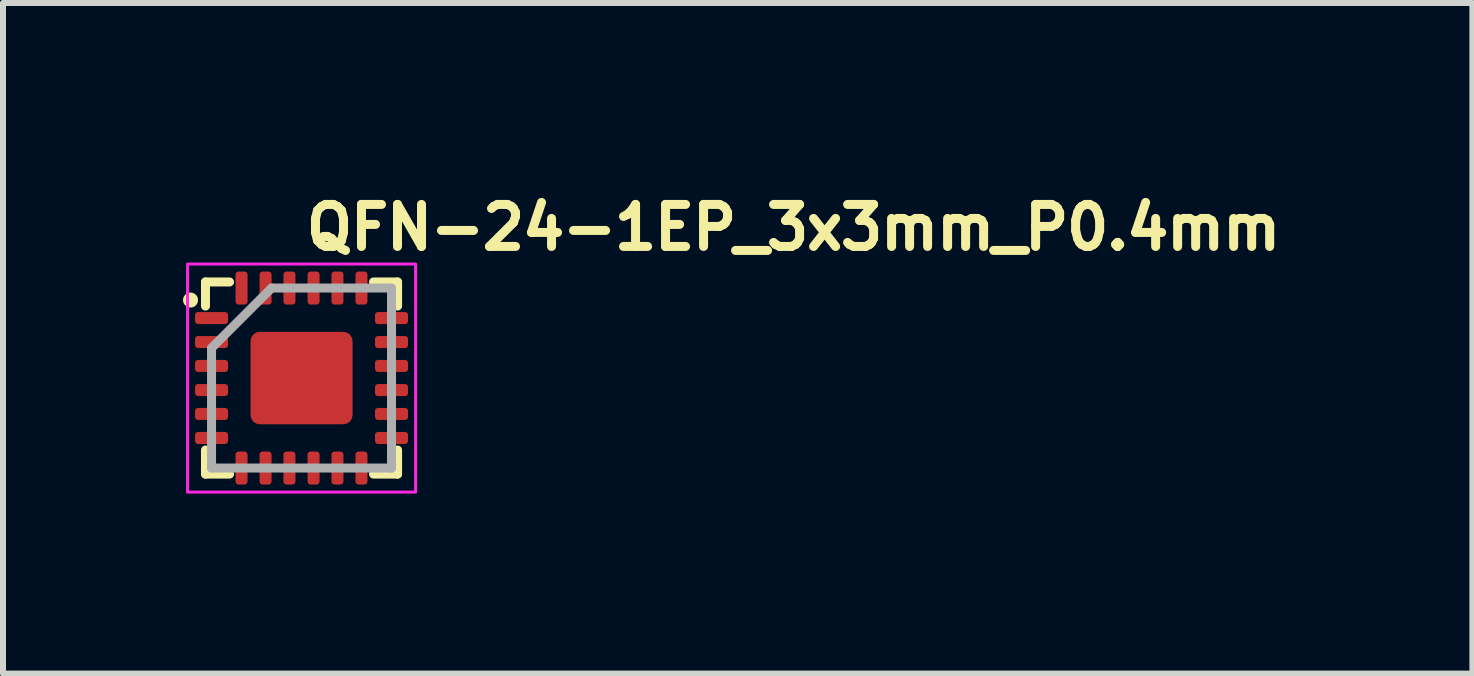
<source format=kicad_pcb>
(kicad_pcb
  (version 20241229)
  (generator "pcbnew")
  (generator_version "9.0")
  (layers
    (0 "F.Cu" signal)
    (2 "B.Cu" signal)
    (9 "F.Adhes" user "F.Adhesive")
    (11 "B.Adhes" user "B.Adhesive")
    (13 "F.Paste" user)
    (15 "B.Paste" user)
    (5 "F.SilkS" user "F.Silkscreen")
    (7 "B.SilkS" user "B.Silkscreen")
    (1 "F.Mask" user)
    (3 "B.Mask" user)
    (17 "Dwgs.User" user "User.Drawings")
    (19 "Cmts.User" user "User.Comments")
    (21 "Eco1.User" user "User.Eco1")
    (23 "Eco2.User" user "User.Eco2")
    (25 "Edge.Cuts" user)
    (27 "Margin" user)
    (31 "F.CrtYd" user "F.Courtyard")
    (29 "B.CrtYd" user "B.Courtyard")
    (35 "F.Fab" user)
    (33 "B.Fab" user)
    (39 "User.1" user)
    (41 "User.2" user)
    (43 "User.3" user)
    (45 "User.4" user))
  (footprint "QFN-24-1EP_3x3mm_P0.4mm"
    (layer "F.Cu")
    (at 1.975 3.25)
    (property "Reference" "QFN-24-1EP_3x3mm_P0.4mm" (at 0 -2.1 0) (layer "F.SilkS") (effects (font (size 0.7 0.7) (thickness 0.15)) (justify left bottom)))
    (attr smd)
    (fp_line (start -1.601 -1.601) (end -1.601 -1.2) (stroke (width 0.15) (type solid)) (layer "F.SilkS"))
    (fp_line (start -1.601 -1.601) (end -1.2 -1.601) (stroke (width 0.15) (type solid)) (layer "F.SilkS"))
    (fp_line (start -1.601 1.6) (end -1.601 1.199) (stroke (width 0.15) (type solid)) (layer "F.SilkS"))
    (fp_line (start -1.601 1.6) (end -1.2 1.6) (stroke (width 0.15) (type solid)) (layer "F.SilkS"))
    (fp_line (start 1.6 -1.601) (end 1.199 -1.601) (stroke (width 0.15) (type solid)) (layer "F.SilkS"))
    (fp_line (start 1.6 -1.601) (end 1.6 -1.2) (stroke (width 0.15) (type solid)) (layer "F.SilkS"))
    (fp_line (start 1.6 1.6) (end 1.199 1.6) (stroke (width 0.15) (type solid)) (layer "F.SilkS"))
    (fp_line (start 1.6 1.6) (end 1.6 1.199) (stroke (width 0.15) (type solid)) (layer "F.SilkS"))
    (fp_circle (center -1.85 -1.3) (end -1.8 -1.3) (stroke (width 0.15) (type solid)) (fill yes) (layer "F.SilkS"))
    (fp_rect (start -1.9 -1.9) (end 1.9 1.9) (stroke (width 0.05) (type solid)) (fill no) (layer "F.CrtYd"))
    (fp_line (start -1.5 -0.5) (end -0.5 -1.5) (stroke (width 0.15) (type solid)) (layer "F.Fab"))
    (fp_line (start -1.5 1.499) (end -1.5 -0.5) (stroke (width 0.15) (type solid)) (layer "F.Fab"))
    (fp_line (start -0.5 -1.5) (end 1.499 -1.5) (stroke (width 0.15) (type solid)) (layer "F.Fab"))
    (fp_line (start 1.499 -1.5) (end 1.499 1.499) (stroke (width 0.15) (type solid)) (layer "F.Fab"))
    (fp_line (start 1.499 1.499) (end -1.5 1.499) (stroke (width 0.15) (type solid)) (layer "F.Fab"))
    (fp_rect (start -1.506 -1.506) (end 1.503 1.503) (stroke (width 0.1) (type solid)) (fill no) (layer "User.5"))
    (fp_line (start -1.506 -1.101) (end -1.506 -0.902) (stroke (width 0.02) (type solid)) (layer "User.9"))
    (fp_line (start -1.506 -0.701) (end -1.506 -0.5) (stroke (width 0.02) (type solid)) (layer "User.9"))
    (fp_line (start -1.506 -0.5) (end -1.5 -0.5) (stroke (width 0.02) (type solid)) (layer "User.9"))
    (fp_line (start -1.506 -0.3) (end -1.506 -0.102) (stroke (width 0.02) (type solid)) (layer "User.9"))
    (fp_line (start -1.506 0.1) (end -1.506 0.298) (stroke (width 0.02) (type solid)) (layer "User.9"))
    (fp_line (start -1.506 0.498) (end -1.506 0.699) (stroke (width 0.02) (type solid)) (layer "User.9"))
    (fp_line (start -1.506 0.9) (end -1.506 1.1) (stroke (width 0.02) (type solid)) (layer "User.9"))
    (fp_line (start -1.5 -1.5) (end -1.5 1.499) (stroke (width 0.02) (type solid)) (layer "User.9"))
    (fp_line (start -1.5 -1.101) (end -1.506 -1.101) (stroke (width 0.02) (type solid)) (layer "User.9"))
    (fp_line (start -1.5 -0.902) (end -1.506 -0.902) (stroke (width 0.02) (type solid)) (layer "User.9"))
    (fp_line (start -1.5 -0.701) (end -1.506 -0.701) (stroke (width 0.02) (type solid)) (layer "User.9"))
    (fp_line (start -1.5 -0.3) (end -1.506 -0.3) (stroke (width 0.02) (type solid)) (layer "User.9"))
    (fp_line (start -1.5 -0.102) (end -1.506 -0.102) (stroke (width 0.02) (type solid)) (layer "User.9"))
    (fp_line (start -1.5 0.1) (end -1.506 0.1) (stroke (width 0.02) (type solid)) (layer "User.9"))
    (fp_line (start -1.5 0.298) (end -1.506 0.298) (stroke (width 0.02) (type solid)) (layer "User.9"))
    (fp_line (start -1.5 0.498) (end -1.506 0.498) (stroke (width 0.02) (type solid)) (layer "User.9"))
    (fp_line (start -1.5 0.699) (end -1.506 0.699) (stroke (width 0.02) (type solid)) (layer "User.9"))
    (fp_line (start -1.5 0.9) (end -1.506 0.9) (stroke (width 0.02) (type solid)) (layer "User.9"))
    (fp_line (start -1.5 1.1) (end -1.506 1.1) (stroke (width 0.02) (type solid)) (layer "User.9"))
    (fp_line (start -1.5 1.499) (end 1.499 1.499) (stroke (width 0.02) (type solid)) (layer "User.9"))
    (fp_line (start -1.301 -1.212) (end -1.299 -1.216) (stroke (width 0.02) (type solid)) (layer "User.9"))
    (fp_line (start -1.301 -1.208) (end -1.301 -1.212) (stroke (width 0.02) (type solid)) (layer "User.9"))
    (fp_line (start -1.301 -1.202) (end -1.301 -1.208) (stroke (width 0.02) (type solid)) (layer "User.9"))
    (fp_line (start -1.301 -1.202) (end -1.301 -1.202) (stroke (width 0.02) (type solid)) (layer "User.9"))
    (fp_line (start -1.301 -1.198) (end -1.301 -1.202) (stroke (width 0.02) (type solid)) (layer "User.9"))
    (fp_line (start -1.301 -1.192) (end -1.301 -1.198) (stroke (width 0.02) (type solid)) (layer "User.9"))
    (fp_line (start -1.301 -1.188) (end -1.301 -1.192) (stroke (width 0.02) (type solid)) (layer "User.9"))
    (fp_line (start -1.299 -1.222) (end -1.297 -1.226) (stroke (width 0.02) (type solid)) (layer "User.9"))
    (fp_line (start -1.299 -1.216) (end -1.299 -1.222) (stroke (width 0.02) (type solid)) (layer "User.9"))
    (fp_line (start -1.299 -1.182) (end -1.301 -1.188) (stroke (width 0.02) (type solid)) (layer "User.9"))
    (fp_line (start -1.299 -1.178) (end -1.299 -1.182) (stroke (width 0.02) (type solid)) (layer "User.9"))
    (fp_line (start -1.297 -1.23) (end -1.295 -1.236) (stroke (width 0.02) (type solid)) (layer "User.9"))
    (fp_line (start -1.297 -1.226) (end -1.297 -1.23) (stroke (width 0.02) (type solid)) (layer "User.9"))
    (fp_line (start -1.297 -1.172) (end -1.299 -1.178) (stroke (width 0.02) (type solid)) (layer "User.9"))
    (fp_line (start -1.295 -1.236) (end -1.293 -1.24) (stroke (width 0.02) (type solid)) (layer "User.9"))
    (fp_line (start -1.295 -1.168) (end -1.297 -1.172) (stroke (width 0.02) (type solid)) (layer "User.9"))
    (fp_line (start -1.293 -1.24) (end -1.291 -1.244) (stroke (width 0.02) (type solid)) (layer "User.9"))
    (fp_line (start -1.293 -1.164) (end -1.295 -1.168) (stroke (width 0.02) (type solid)) (layer "User.9"))
    (fp_line (start -1.291 -1.244) (end -1.289 -1.248) (stroke (width 0.02) (type solid)) (layer "User.9"))
    (fp_line (start -1.291 -1.158) (end -1.293 -1.164) (stroke (width 0.02) (type solid)) (layer "User.9"))
    (fp_line (start -1.289 -1.248) (end -1.287 -1.252) (stroke (width 0.02) (type solid)) (layer "User.9"))
    (fp_line (start -1.289 -1.154) (end -1.291 -1.158) (stroke (width 0.02) (type solid)) (layer "User.9"))
    (fp_line (start -1.287 -1.252) (end -1.283 -1.258) (stroke (width 0.02) (type solid)) (layer "User.9"))
    (fp_line (start -1.287 -1.151) (end -1.289 -1.154) (stroke (width 0.02) (type solid)) (layer "User.9"))
    (fp_line (start -1.285 -1.147) (end -1.287 -1.151) (stroke (width 0.02) (type solid)) (layer "User.9"))
    (fp_line (start -1.283 -1.258) (end -1.28 -1.26) (stroke (width 0.02) (type solid)) (layer "User.9"))
    (fp_line (start -1.281 -1.143) (end -1.285 -1.147) (stroke (width 0.02) (type solid)) (layer "User.9"))
    (fp_line (start -1.28 -1.26) (end -1.278 -1.264) (stroke (width 0.02) (type solid)) (layer "User.9"))
    (fp_line (start -1.278 -1.264) (end -1.274 -1.268) (stroke (width 0.02) (type solid)) (layer "User.9"))
    (fp_line (start -1.278 -1.139) (end -1.281 -1.143) (stroke (width 0.02) (type solid)) (layer "User.9"))
    (fp_line (start -1.276 -1.135) (end -1.278 -1.139) (stroke (width 0.02) (type solid)) (layer "User.9"))
    (fp_line (start -1.274 -1.268) (end -1.272 -1.272) (stroke (width 0.02) (type solid)) (layer "User.9"))
    (fp_line (start -1.272 -1.272) (end -1.268 -1.276) (stroke (width 0.02) (type solid)) (layer "User.9"))
    (fp_line (start -1.272 -1.131) (end -1.276 -1.135) (stroke (width 0.02) (type solid)) (layer "User.9"))
    (fp_line (start -1.268 -1.276) (end -1.264 -1.278) (stroke (width 0.02) (type solid)) (layer "User.9"))
    (fp_line (start -1.268 -1.127) (end -1.272 -1.131) (stroke (width 0.02) (type solid)) (layer "User.9"))
    (fp_line (start -1.264 -1.278) (end -1.26 -1.281) (stroke (width 0.02) (type solid)) (layer "User.9"))
    (fp_line (start -1.264 -1.125) (end -1.268 -1.127) (stroke (width 0.02) (type solid)) (layer "User.9"))
    (fp_line (start -1.26 -1.281) (end -1.256 -1.285) (stroke (width 0.02) (type solid)) (layer "User.9"))
    (fp_line (start -1.26 -1.121) (end -1.264 -1.125) (stroke (width 0.02) (type solid)) (layer "User.9"))
    (fp_line (start -1.256 -1.285) (end -1.252 -1.287) (stroke (width 0.02) (type solid)) (layer "User.9"))
    (fp_line (start -1.256 -1.119) (end -1.26 -1.121) (stroke (width 0.02) (type solid)) (layer "User.9"))
    (fp_line (start -1.252 -1.287) (end -1.248 -1.289) (stroke (width 0.02) (type solid)) (layer "User.9"))
    (fp_line (start -1.252 -1.115) (end -1.256 -1.119) (stroke (width 0.02) (type solid)) (layer "User.9"))
    (fp_line (start -1.248 -1.289) (end -1.244 -1.291) (stroke (width 0.02) (type solid)) (layer "User.9"))
    (fp_line (start -1.248 -1.113) (end -1.252 -1.115) (stroke (width 0.02) (type solid)) (layer "User.9"))
    (fp_line (start -1.244 -1.291) (end -1.24 -1.293) (stroke (width 0.02) (type solid)) (layer "User.9"))
    (fp_line (start -1.244 -1.111) (end -1.248 -1.113) (stroke (width 0.02) (type solid)) (layer "User.9"))
    (fp_line (start -1.24 -1.293) (end -1.234 -1.295) (stroke (width 0.02) (type solid)) (layer "User.9"))
    (fp_line (start -1.24 -1.109) (end -1.244 -1.111) (stroke (width 0.02) (type solid)) (layer "User.9"))
    (fp_line (start -1.234 -1.295) (end -1.23 -1.297) (stroke (width 0.02) (type solid)) (layer "User.9"))
    (fp_line (start -1.234 -1.107) (end -1.24 -1.109) (stroke (width 0.02) (type solid)) (layer "User.9"))
    (fp_line (start -1.23 -1.297) (end -1.226 -1.299) (stroke (width 0.02) (type solid)) (layer "User.9"))
    (fp_line (start -1.23 -1.105) (end -1.234 -1.107) (stroke (width 0.02) (type solid)) (layer "User.9"))
    (fp_line (start -1.226 -1.299) (end -1.22 -1.299) (stroke (width 0.02) (type solid)) (layer "User.9"))
    (fp_line (start -1.226 -1.103) (end -1.23 -1.105) (stroke (width 0.02) (type solid)) (layer "User.9"))
    (fp_line (start -1.22 -1.299) (end -1.216 -1.301) (stroke (width 0.02) (type solid)) (layer "User.9"))
    (fp_line (start -1.22 -1.103) (end -1.226 -1.103) (stroke (width 0.02) (type solid)) (layer "User.9"))
    (fp_line (start -1.216 -1.301) (end -1.21 -1.301) (stroke (width 0.02) (type solid)) (layer "User.9"))
    (fp_line (start -1.216 -1.101) (end -1.22 -1.103) (stroke (width 0.02) (type solid)) (layer "User.9"))
    (fp_line (start -1.21 -1.301) (end -1.206 -1.301) (stroke (width 0.02) (type solid)) (layer "User.9"))
    (fp_line (start -1.21 -1.101) (end -1.216 -1.101) (stroke (width 0.02) (type solid)) (layer "User.9"))
    (fp_line (start -1.206 -1.301) (end -1.2 -1.301) (stroke (width 0.02) (type solid)) (layer "User.9"))
    (fp_line (start -1.206 -1.101) (end -1.21 -1.101) (stroke (width 0.02) (type solid)) (layer "User.9"))
    (fp_line (start -1.2 -1.301) (end -1.196 -1.301) (stroke (width 0.02) (type solid)) (layer "User.9"))
    (fp_line (start -1.2 -1.101) (end -1.206 -1.101) (stroke (width 0.02) (type solid)) (layer "User.9"))
    (fp_line (start -1.196 -1.301) (end -1.19 -1.301) (stroke (width 0.02) (type solid)) (layer "User.9"))
    (fp_line (start -1.196 -1.101) (end -1.2 -1.101) (stroke (width 0.02) (type solid)) (layer "User.9"))
    (fp_line (start -1.192 -1.101) (end -1.196 -1.101) (stroke (width 0.02) (type solid)) (layer "User.9"))
    (fp_line (start -1.19 -1.301) (end -1.186 -1.301) (stroke (width 0.02) (type solid)) (layer "User.9"))
    (fp_line (start -1.188 -1.101) (end -1.192 -1.101) (stroke (width 0.02) (type solid)) (layer "User.9"))
    (fp_line (start -1.186 -1.301) (end -1.18 -1.299) (stroke (width 0.02) (type solid)) (layer "User.9"))
    (fp_line (start -1.182 -1.103) (end -1.188 -1.101) (stroke (width 0.02) (type solid)) (layer "User.9"))
    (fp_line (start -1.18 -1.299) (end -1.174 -1.297) (stroke (width 0.02) (type solid)) (layer "User.9"))
    (fp_line (start -1.178 -1.103) (end -1.182 -1.103) (stroke (width 0.02) (type solid)) (layer "User.9"))
    (fp_line (start -1.174 -1.297) (end -1.17 -1.297) (stroke (width 0.02) (type solid)) (layer "User.9"))
    (fp_line (start -1.174 -1.105) (end -1.178 -1.103) (stroke (width 0.02) (type solid)) (layer "User.9"))
    (fp_line (start -1.17 -1.297) (end -1.164 -1.295) (stroke (width 0.02) (type solid)) (layer "User.9"))
    (fp_line (start -1.17 -1.105) (end -1.174 -1.105) (stroke (width 0.02) (type solid)) (layer "User.9"))
    (fp_line (start -1.166 -1.107) (end -1.17 -1.105) (stroke (width 0.02) (type solid)) (layer "User.9"))
    (fp_line (start -1.164 -1.295) (end -1.16 -1.293) (stroke (width 0.02) (type solid)) (layer "User.9"))
    (fp_line (start -1.162 -1.109) (end -1.166 -1.107) (stroke (width 0.02) (type solid)) (layer "User.9"))
    (fp_line (start -1.16 -1.293) (end -1.156 -1.289) (stroke (width 0.02) (type solid)) (layer "User.9"))
    (fp_line (start -1.158 -1.111) (end -1.162 -1.109) (stroke (width 0.02) (type solid)) (layer "User.9"))
    (fp_line (start -1.156 -1.289) (end -1.151 -1.287) (stroke (width 0.02) (type solid)) (layer "User.9"))
    (fp_line (start -1.154 -1.113) (end -1.158 -1.111) (stroke (width 0.02) (type solid)) (layer "User.9"))
    (fp_line (start -1.151 -1.287) (end -1.147 -1.285) (stroke (width 0.02) (type solid)) (layer "User.9"))
    (fp_line (start -1.149 -1.115) (end -1.154 -1.113) (stroke (width 0.02) (type solid)) (layer "User.9"))
    (fp_line (start -1.147 -1.285) (end -1.141 -1.281) (stroke (width 0.02) (type solid)) (layer "User.9"))
    (fp_line (start -1.145 -1.119) (end -1.149 -1.115) (stroke (width 0.02) (type solid)) (layer "User.9"))
    (fp_line (start -1.141 -1.281) (end -1.137 -1.278) (stroke (width 0.02) (type solid)) (layer "User.9"))
    (fp_line (start -1.141 -1.121) (end -1.145 -1.119) (stroke (width 0.02) (type solid)) (layer "User.9"))
    (fp_line (start -1.139 -1.123) (end -1.141 -1.121) (stroke (width 0.02) (type solid)) (layer "User.9"))
    (fp_line (start -1.137 -1.278) (end -1.133 -1.274) (stroke (width 0.02) (type solid)) (layer "User.9"))
    (fp_line (start -1.135 -1.127) (end -1.139 -1.123) (stroke (width 0.02) (type solid)) (layer "User.9"))
    (fp_line (start -1.133 -1.274) (end -1.131 -1.272) (stroke (width 0.02) (type solid)) (layer "User.9"))
    (fp_line (start -1.131 -1.272) (end -1.127 -1.268) (stroke (width 0.02) (type solid)) (layer "User.9"))
    (fp_line (start -1.131 -1.129) (end -1.135 -1.127) (stroke (width 0.02) (type solid)) (layer "User.9"))
    (fp_line (start -1.129 -1.133) (end -1.131 -1.129) (stroke (width 0.02) (type solid)) (layer "User.9"))
    (fp_line (start -1.127 -1.268) (end -1.123 -1.264) (stroke (width 0.02) (type solid)) (layer "User.9"))
    (fp_line (start -1.125 -1.137) (end -1.129 -1.133) (stroke (width 0.02) (type solid)) (layer "User.9"))
    (fp_line (start -1.123 -1.264) (end -1.119 -1.26) (stroke (width 0.02) (type solid)) (layer "User.9"))
    (fp_line (start -1.123 -1.139) (end -1.125 -1.137) (stroke (width 0.02) (type solid)) (layer "User.9"))
    (fp_line (start -1.119 -1.26) (end -1.117 -1.254) (stroke (width 0.02) (type solid)) (layer "User.9"))
    (fp_line (start -1.119 -1.143) (end -1.123 -1.139) (stroke (width 0.02) (type solid)) (layer "User.9"))
    (fp_line (start -1.117 -1.254) (end -1.115 -1.25) (stroke (width 0.02) (type solid)) (layer "User.9"))
    (fp_line (start -1.117 -1.147) (end -1.119 -1.143) (stroke (width 0.02) (type solid)) (layer "User.9"))
    (fp_line (start -1.115 -1.25) (end -1.111 -1.246) (stroke (width 0.02) (type solid)) (layer "User.9"))
    (fp_line (start -1.115 -1.151) (end -1.117 -1.147) (stroke (width 0.02) (type solid)) (layer "User.9"))
    (fp_line (start -1.113 -1.154) (end -1.115 -1.151) (stroke (width 0.02) (type solid)) (layer "User.9"))
    (fp_line (start -1.111 -1.246) (end -1.109 -1.24) (stroke (width 0.02) (type solid)) (layer "User.9"))
    (fp_line (start -1.111 -1.158) (end -1.113 -1.154) (stroke (width 0.02) (type solid)) (layer "User.9"))
    (fp_line (start -1.109 -1.24) (end -1.107 -1.236) (stroke (width 0.02) (type solid)) (layer "User.9"))
    (fp_line (start -1.109 -1.162) (end -1.111 -1.158) (stroke (width 0.02) (type solid)) (layer "User.9"))
    (fp_line (start -1.107 -1.236) (end -1.105 -1.232) (stroke (width 0.02) (type solid)) (layer "User.9"))
    (fp_line (start -1.107 -1.168) (end -1.109 -1.162) (stroke (width 0.02) (type solid)) (layer "User.9"))
    (fp_line (start -1.105 -1.232) (end -1.105 -1.226) (stroke (width 0.02) (type solid)) (layer "User.9"))
    (fp_line (start -1.105 -1.226) (end -1.103 -1.222) (stroke (width 0.02) (type solid)) (layer "User.9"))
    (fp_line (start -1.105 -1.176) (end -1.105 -1.172) (stroke (width 0.02) (type solid)) (layer "User.9"))
    (fp_line (start -1.105 -1.172) (end -1.107 -1.168) (stroke (width 0.02) (type solid)) (layer "User.9"))
    (fp_line (start -1.103 -1.222) (end -1.101 -1.216) (stroke (width 0.02) (type solid)) (layer "User.9"))
    (fp_line (start -1.103 -1.184) (end -1.103 -1.18) (stroke (width 0.02) (type solid)) (layer "User.9"))
    (fp_line (start -1.103 -1.18) (end -1.105 -1.176) (stroke (width 0.02) (type solid)) (layer "User.9"))
    (fp_line (start -1.101 -1.5) (end -1.101 -1.506) (stroke (width 0.02) (type solid)) (layer "User.9"))
    (fp_line (start -1.101 -1.216) (end -1.101 -1.21) (stroke (width 0.02) (type solid)) (layer "User.9"))
    (fp_line (start -1.101 -1.21) (end -1.101 -1.206) (stroke (width 0.02) (type solid)) (layer "User.9"))
    (fp_line (start -1.101 -1.206) (end -1.101 -1.2) (stroke (width 0.02) (type solid)) (layer "User.9"))
    (fp_line (start -1.101 -1.2) (end -1.101 -1.194) (stroke (width 0.02) (type solid)) (layer "User.9"))
    (fp_line (start -1.101 -1.194) (end -1.101 -1.19) (stroke (width 0.02) (type solid)) (layer "User.9"))
    (fp_line (start -1.101 -1.19) (end -1.103 -1.184) (stroke (width 0.02) (type solid)) (layer "User.9"))
    (fp_line (start -1.101 -1.19) (end -1.101 -1.19) (stroke (width 0.02) (type solid)) (layer "User.9"))
    (fp_line (start -1.101 1.499) (end -1.101 1.503) (stroke (width 0.02) (type solid)) (layer "User.9"))
    (fp_line (start -1.101 1.503) (end -0.902 1.503) (stroke (width 0.02) (type solid)) (layer "User.9"))
    (fp_line (start -0.902 -1.506) (end -1.101 -1.506) (stroke (width 0.02) (type solid)) (layer "User.9"))
    (fp_line (start -0.902 -1.5) (end -0.902 -1.506) (stroke (width 0.02) (type solid)) (layer "User.9"))
    (fp_line (start -0.902 1.499) (end -0.902 1.503) (stroke (width 0.02) (type solid)) (layer "User.9"))
    (fp_line (start -0.701 -1.5) (end -0.701 -1.506) (stroke (width 0.02) (type solid)) (layer "User.9"))
    (fp_line (start -0.701 1.499) (end -0.701 1.503) (stroke (width 0.02) (type solid)) (layer "User.9"))
    (fp_line (start -0.701 1.503) (end -0.5 1.503) (stroke (width 0.02) (type solid)) (layer "User.9"))
    (fp_line (start -0.5 -1.506) (end -0.701 -1.506) (stroke (width 0.02) (type solid)) (layer "User.9"))
    (fp_line (start -0.5 -1.5) (end -0.5 -1.506) (stroke (width 0.02) (type solid)) (layer "User.9"))
    (fp_line (start -0.5 1.499) (end -0.5 1.503) (stroke (width 0.02) (type solid)) (layer "User.9"))
    (fp_line (start -0.3 -1.5) (end -0.3 -1.506) (stroke (width 0.02) (type solid)) (layer "User.9"))
    (fp_line (start -0.3 1.499) (end -0.3 1.503) (stroke (width 0.02) (type solid)) (layer "User.9"))
    (fp_line (start -0.3 1.503) (end -0.102 1.503) (stroke (width 0.02) (type solid)) (layer "User.9"))
    (fp_line (start -0.102 -1.506) (end -0.3 -1.506) (stroke (width 0.02) (type solid)) (layer "User.9"))
    (fp_line (start -0.102 -1.5) (end -0.102 -1.506) (stroke (width 0.02) (type solid)) (layer "User.9"))
    (fp_line (start -0.102 1.499) (end -0.102 1.503) (stroke (width 0.02) (type solid)) (layer "User.9"))
    (fp_line (start 0.1 -1.5) (end 0.1 -1.506) (stroke (width 0.02) (type solid)) (layer "User.9"))
    (fp_line (start 0.1 1.499) (end 0.1 1.503) (stroke (width 0.02) (type solid)) (layer "User.9"))
    (fp_line (start 0.1 1.503) (end 0.298 1.503) (stroke (width 0.02) (type solid)) (layer "User.9"))
    (fp_line (start 0.298 -1.506) (end 0.1 -1.506) (stroke (width 0.02) (type solid)) (layer "User.9"))
    (fp_line (start 0.298 -1.5) (end 0.298 -1.506) (stroke (width 0.02) (type solid)) (layer "User.9"))
    (fp_line (start 0.298 1.499) (end 0.298 1.503) (stroke (width 0.02) (type solid)) (layer "User.9"))
    (fp_line (start 0.498 -1.506) (end 0.498 -1.5) (stroke (width 0.02) (type solid)) (layer "User.9"))
    (fp_line (start 0.498 1.499) (end 0.498 1.503) (stroke (width 0.02) (type solid)) (layer "User.9"))
    (fp_line (start 0.498 1.503) (end 0.699 1.503) (stroke (width 0.02) (type solid)) (layer "User.9"))
    (fp_line (start 0.699 -1.506) (end 0.498 -1.506) (stroke (width 0.02) (type solid)) (layer "User.9"))
    (fp_line (start 0.699 -1.5) (end 0.699 -1.506) (stroke (width 0.02) (type solid)) (layer "User.9"))
    (fp_line (start 0.699 1.503) (end 0.699 1.499) (stroke (width 0.02) (type solid)) (layer "User.9"))
    (fp_line (start 0.9 -1.5) (end 0.9 -1.506) (stroke (width 0.02) (type solid)) (layer "User.9"))
    (fp_line (start 0.9 1.499) (end 0.9 1.503) (stroke (width 0.02) (type solid)) (layer "User.9"))
    (fp_line (start 0.9 1.503) (end 1.1 1.503) (stroke (width 0.02) (type solid)) (layer "User.9"))
    (fp_line (start 1.1 -1.506) (end 0.9 -1.506) (stroke (width 0.02) (type solid)) (layer "User.9"))
    (fp_line (start 1.1 -1.5) (end 1.1 -1.506) (stroke (width 0.02) (type solid)) (layer "User.9"))
    (fp_line (start 1.1 1.499) (end 1.1 1.503) (stroke (width 0.02) (type solid)) (layer "User.9"))
    (fp_line (start 1.499 -1.5) (end -1.5 -1.5) (stroke (width 0.02) (type solid)) (layer "User.9"))
    (fp_line (start 1.499 -0.902) (end 1.503 -0.902) (stroke (width 0.02) (type solid)) (layer "User.9"))
    (fp_line (start 1.499 -0.701) (end 1.503 -0.701) (stroke (width 0.02) (type solid)) (layer "User.9"))
    (fp_line (start 1.499 -0.5) (end 1.503 -0.5) (stroke (width 0.02) (type solid)) (layer "User.9"))
    (fp_line (start 1.499 -0.3) (end 1.503 -0.3) (stroke (width 0.02) (type solid)) (layer "User.9"))
    (fp_line (start 1.499 -0.102) (end 1.503 -0.102) (stroke (width 0.02) (type solid)) (layer "User.9"))
    (fp_line (start 1.499 0.1) (end 1.503 0.1) (stroke (width 0.02) (type solid)) (layer "User.9"))
    (fp_line (start 1.499 0.298) (end 1.503 0.298) (stroke (width 0.02) (type solid)) (layer "User.9"))
    (fp_line (start 1.499 0.498) (end 1.503 0.498) (stroke (width 0.02) (type solid)) (layer "User.9"))
    (fp_line (start 1.499 0.699) (end 1.503 0.699) (stroke (width 0.02) (type solid)) (layer "User.9"))
    (fp_line (start 1.499 0.9) (end 1.503 0.9) (stroke (width 0.02) (type solid)) (layer "User.9"))
    (fp_line (start 1.499 1.1) (end 1.503 1.1) (stroke (width 0.02) (type solid)) (layer "User.9"))
    (fp_line (start 1.499 1.499) (end 1.499 -1.5) (stroke (width 0.02) (type solid)) (layer "User.9"))
    (fp_line (start 1.503 -1.101) (end 1.499 -1.101) (stroke (width 0.02) (type solid)) (layer "User.9"))
    (fp_line (start 1.503 -0.902) (end 1.503 -1.101) (stroke (width 0.02) (type solid)) (layer "User.9"))
    (fp_line (start 1.503 -0.5) (end 1.503 -0.701) (stroke (width 0.02) (type solid)) (layer "User.9"))
    (fp_line (start 1.503 -0.102) (end 1.503 -0.3) (stroke (width 0.02) (type solid)) (layer "User.9"))
    (fp_line (start 1.503 0.298) (end 1.503 0.1) (stroke (width 0.02) (type solid)) (layer "User.9"))
    (fp_line (start 1.503 0.699) (end 1.503 0.498) (stroke (width 0.02) (type solid)) (layer "User.9"))
    (fp_line (start 1.503 1.1) (end 1.503 0.9) (stroke (width 0.02) (type solid)) (layer "User.9"))
    (pad "1" smd roundrect (at -1.5 -1) (size 0.55 0.2) (layers "F.Cu" "F.Mask" "F.Paste") (roundrect_rratio 0.25))
    (pad "2" smd roundrect (at -1.5 -0.6) (size 0.55 0.2) (layers "F.Cu" "F.Mask" "F.Paste") (roundrect_rratio 0.25))
    (pad "3" smd roundrect (at -1.5 -0.202) (size 0.55 0.2) (layers "F.Cu" "F.Mask" "F.Paste") (roundrect_rratio 0.25))
    (pad "4" smd roundrect (at -1.5 0.2) (size 0.55 0.2) (layers "F.Cu" "F.Mask" "F.Paste") (roundrect_rratio 0.25))
    (pad "5" smd roundrect (at -1.5 0.598) (size 0.55 0.2) (layers "F.Cu" "F.Mask" "F.Paste") (roundrect_rratio 0.25))
    (pad "6" smd roundrect (at -1.5 0.998) (size 0.55 0.2) (layers "F.Cu" "F.Mask" "F.Paste") (roundrect_rratio 0.25))
    (pad "7" smd roundrect (at -1 1.499 90) (size 0.55 0.2) (layers "F.Cu" "F.Mask" "F.Paste") (roundrect_rratio 0.25))
    (pad "8" smd roundrect (at -0.6 1.499 90) (size 0.55 0.2) (layers "F.Cu" "F.Mask" "F.Paste") (roundrect_rratio 0.25))
    (pad "9" smd roundrect (at -0.202 1.499 90) (size 0.55 0.2) (layers "F.Cu" "F.Mask" "F.Paste") (roundrect_rratio 0.25))
    (pad "10" smd roundrect (at 0.2 1.499 90) (size 0.55 0.2) (layers "F.Cu" "F.Mask" "F.Paste") (roundrect_rratio 0.25))
    (pad "11" smd roundrect (at 0.598 1.499 90) (size 0.55 0.2) (layers "F.Cu" "F.Mask" "F.Paste") (roundrect_rratio 0.25))
    (pad "12" smd roundrect (at 0.998 1.499 90) (size 0.55 0.2) (layers "F.Cu" "F.Mask" "F.Paste") (roundrect_rratio 0.25))
    (pad "13" smd roundrect (at 1.499 0.998) (size 0.55 0.2) (layers "F.Cu" "F.Mask" "F.Paste") (roundrect_rratio 0.25))
    (pad "14" smd roundrect (at 1.499 0.598) (size 0.55 0.2) (layers "F.Cu" "F.Mask" "F.Paste") (roundrect_rratio 0.25))
    (pad "15" smd roundrect (at 1.499 0.2) (size 0.55 0.2) (layers "F.Cu" "F.Mask" "F.Paste") (roundrect_rratio 0.25))
    (pad "16" smd roundrect (at 1.499 -0.202) (size 0.55 0.2) (layers "F.Cu" "F.Mask" "F.Paste") (roundrect_rratio 0.25))
    (pad "17" smd roundrect (at 1.499 -0.6) (size 0.55 0.2) (layers "F.Cu" "F.Mask" "F.Paste") (roundrect_rratio 0.25))
    (pad "18" smd roundrect (at 1.499 -1) (size 0.55 0.2) (layers "F.Cu" "F.Mask" "F.Paste") (roundrect_rratio 0.25))
    (pad "19" smd roundrect (at 0.998 -1.5 90) (size 0.55 0.2) (layers "F.Cu" "F.Mask" "F.Paste") (roundrect_rratio 0.25))
    (pad "20" smd roundrect (at 0.598 -1.5 90) (size 0.55 0.2) (layers "F.Cu" "F.Mask" "F.Paste") (roundrect_rratio 0.25))
    (pad "21" smd roundrect (at 0.2 -1.5 90) (size 0.55 0.2) (layers "F.Cu" "F.Mask" "F.Paste") (roundrect_rratio 0.25))
    (pad "22" smd roundrect (at -0.202 -1.5 90) (size 0.55 0.2) (layers "F.Cu" "F.Mask" "F.Paste") (roundrect_rratio 0.25))
    (pad "23" smd roundrect (at -0.6 -1.5 90) (size 0.55 0.2) (layers "F.Cu" "F.Mask" "F.Paste") (roundrect_rratio 0.25))
    (pad "24" smd roundrect (at -1 -1.5 90) (size 0.55 0.2) (layers "F.Cu" "F.Mask" "F.Paste") (roundrect_rratio 0.25))
    (pad "EP" smd roundrect (at 0 0) (size 1.7 1.54) (layers "F.Cu" "F.Mask" "F.Paste") (roundrect_rratio 0.1)))
  (gr_rect
    (start -3 -3)
    (end 21.485 8.175)
    (stroke (width 0.1) (type default))
    (fill no)
    (layer "Edge.Cuts")))
</source>
